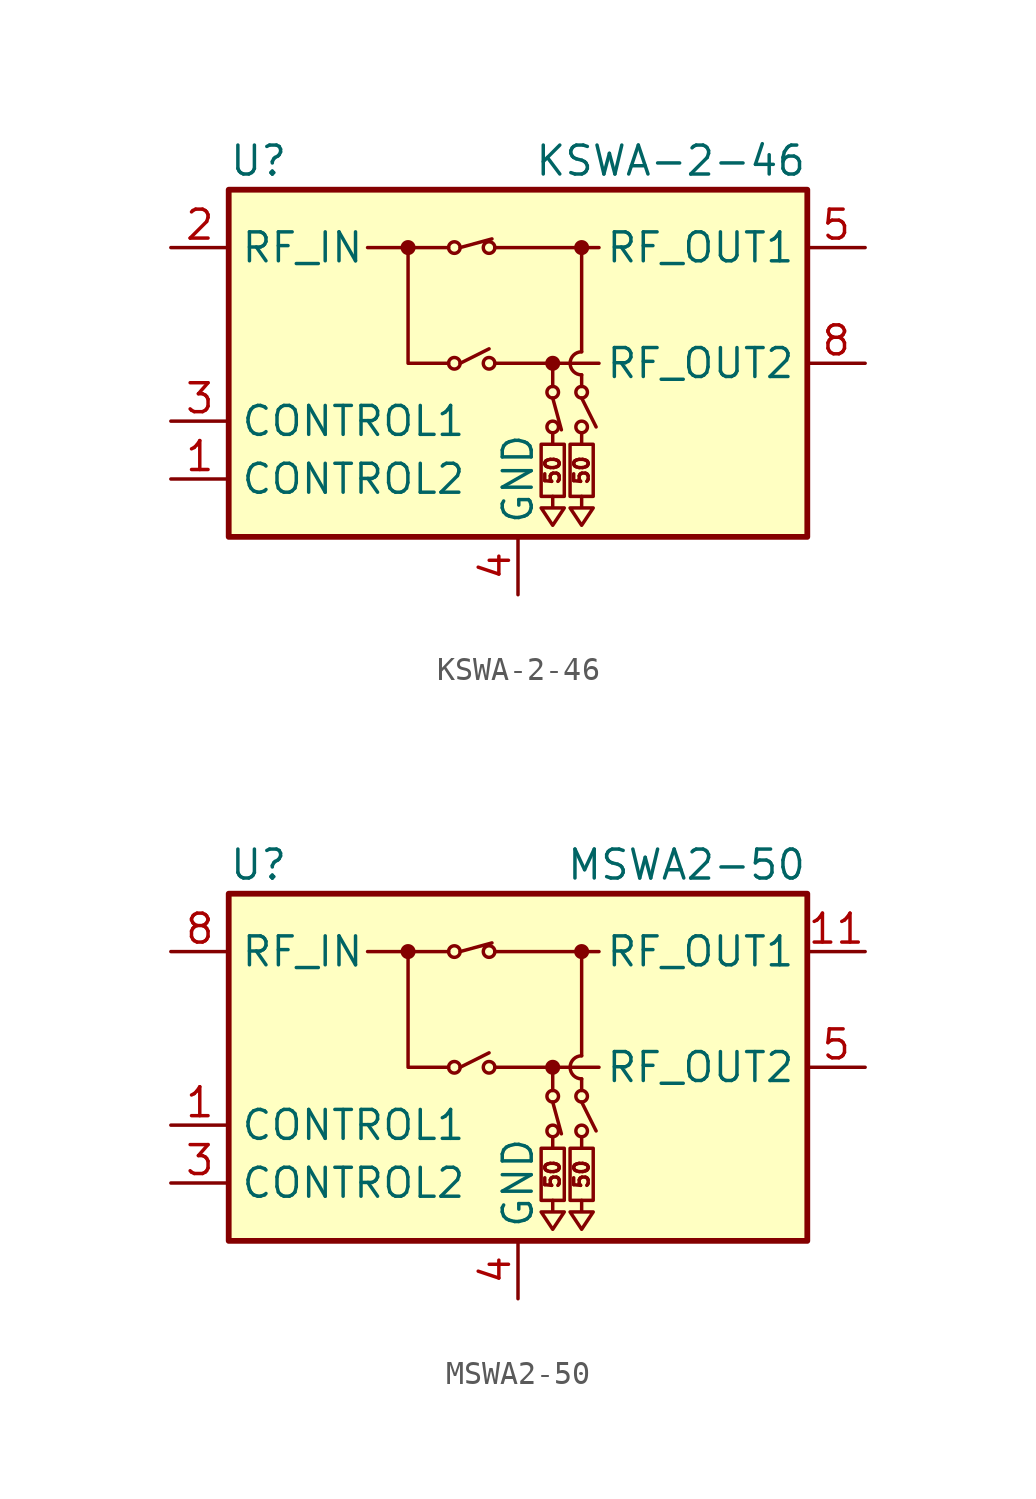
<source format=kicad_sym>
(kicad_symbol_lib
  (version 20200908)
  (generator kicad_symbol_editor)
  (symbol "RF_Switch:KSWA-2-46"
    (property "Reference" "U"
      (at -12.7 8.89 0)
      (effects (font (size 1.27 1.27)) (justify left)))
    (property "Value" "KSWA-2-46"
      (at 12.7 8.89 0)
      (effects (font (size 1.27 1.27)) (justify right)))
    (symbol "KSWA-2-46_0_1"
      (arc (start 2.794 0.508) (end 2.794 -0.508) (radius (at 2.794 0) (length 0.508) (angles 90.1 -90.1)) (stroke (width 0)) (fill (type none)))
      (circle (center -4.826 5.08) (radius 0.254) (stroke (width 0)) (fill (type outline)))
      (circle (center -2.794 0) (radius 0.254) (stroke (width 0)) (fill (type none)))
      (circle (center -2.794 5.08) (radius 0.254) (stroke (width 0)) (fill (type none)))
      (circle (center -1.27 0) (radius 0.254) (stroke (width 0)) (fill (type none)))
      (circle (center -1.27 5.08) (radius 0.254) (stroke (width 0)) (fill (type none)))
      (circle (center 1.524 -2.794) (radius 0.254) (stroke (width 0)) (fill (type none)))
      (circle (center 1.524 -1.27) (radius 0.254) (stroke (width 0)) (fill (type none)))
      (circle (center 1.524 0) (radius 0.254) (stroke (width 0)) (fill (type outline)))
      (circle (center 2.794 -2.794) (radius 0.254) (stroke (width 0)) (fill (type none)))
      (circle (center 2.794 -1.27) (radius 0.254) (stroke (width 0)) (fill (type none)))
      (circle (center 2.794 5.08) (radius 0.254) (stroke (width 0)) (fill (type outline)))
      (rectangle (start -12.7 7.62) (end 12.7 -7.62) (stroke (width 0.254)) (fill (type background)))
      (rectangle (start 1.016 -3.556) (end 2.032 -5.842) (stroke (width 0)) (fill (type none)))
      (rectangle (start 2.286 -3.556) (end 3.302 -5.842) (stroke (width 0)) (fill (type none)))
      (polyline (pts (xy -3.048 5.08) (xy -6.604 5.08)) (stroke (width 0)) (fill (type none)))
      (polyline (pts (xy -2.54 0) (xy -1.27 0.635)) (stroke (width 0)) (fill (type none)))
      (polyline (pts (xy -2.54 5.08) (xy -1.143 5.461)) (stroke (width 0)) (fill (type none)))
      (polyline (pts (xy -1.016 0) (xy 3.556 0)) (stroke (width 0)) (fill (type none)))
      (polyline (pts (xy -1.016 5.08) (xy 3.556 5.08)) (stroke (width 0)) (fill (type none)))
      (polyline (pts (xy 1.524 -3.048) (xy 1.524 -3.556)) (stroke (width 0)) (fill (type none)))
      (polyline (pts (xy 1.524 -1.524) (xy 1.905 -2.921)) (stroke (width 0)) (fill (type none)))
      (polyline (pts (xy 1.524 -1.016) (xy 1.524 0)) (stroke (width 0)) (fill (type none)))
      (polyline (pts (xy 2.794 -3.048) (xy 2.794 -3.556)) (stroke (width 0)) (fill (type none)))
      (polyline (pts (xy 2.794 -1.524) (xy 3.429 -2.794)) (stroke (width 0)) (fill (type none)))
      (polyline (pts (xy 2.794 -0.508) (xy 2.794 -1.016)) (stroke (width 0)) (fill (type none)))
      (polyline (pts (xy 2.794 5.08) (xy 2.794 0.508)) (stroke (width 0)) (fill (type none)))
      (polyline (pts (xy -4.826 5.08) (xy -4.826 0) (xy -3.048 0)) (stroke (width 0)) (fill (type none)))
      (polyline (pts (xy 1.524 -5.842) (xy 1.524 -6.35) (xy 1.016 -6.35) (xy 1.524 -7.112) (xy 2.032 -6.35) (xy 1.524 -6.35)) (stroke (width 0)) (fill (type none)))
      (polyline (pts (xy 2.794 -5.842) (xy 2.794 -6.35) (xy 2.286 -6.35) (xy 2.794 -7.112) (xy 3.302 -6.35) (xy 2.794 -6.35)) (stroke (width 0)) (fill (type none))))
    (symbol "KSWA-2-46_0_0"
      (text "50" (at 1.524 -4.699 900) (effects (font (size 0.635 0.635))))
      (text "50" (at 2.794 -4.699 900) (effects (font (size 0.635 0.635)))))
    (symbol "KSWA-2-46_1_1"
      (pin input line (at -15.24 -5.08 0) (length 2.54) (name "CONTROL2" (effects (font (size 1.27 1.27)))) (number "1" (effects (font (size 1.27 1.27)))))
      (pin passive line (at -15.24 5.08 0) (length 2.54) (name "RF_IN" (effects (font (size 1.27 1.27)))) (number "2" (effects (font (size 1.27 1.27)))))
      (pin input line (at -15.24 -2.54 0) (length 2.54) (name "CONTROL1" (effects (font (size 1.27 1.27)))) (number "3" (effects (font (size 1.27 1.27)))))
      (pin power_in line (at 0 -10.16 90) (length 2.54) (name "GND" (effects (font (size 1.27 1.27)))) (number "4" (effects (font (size 1.27 1.27)))))
      (pin passive line (at 15.24 5.08 180) (length 2.54) (name "RF_OUT1" (effects (font (size 1.27 1.27)))) (number "5" (effects (font (size 1.27 1.27)))))
      (pin passive line (at 0 -10.16 90) (length 2.54) hide (name "GND" (effects (font (size 1.27 1.27)))) (number "6" (effects (font (size 1.27 1.27)))))
      (pin passive line (at 0 -10.16 90) (length 2.54) hide (name "GND" (effects (font (size 1.27 1.27)))) (number "7" (effects (font (size 1.27 1.27)))))
      (pin passive line (at 15.24 0 180) (length 2.54) (name "RF_OUT2" (effects (font (size 1.27 1.27)))) (number "8" (effects (font (size 1.27 1.27)))))))
  (symbol "RF_Switch:MSWA2-50"
    (property "Reference" "U"
      (at -12.7 8.89 0)
      (effects (font (size 1.27 1.27)) (justify left)))
    (property "Value" "MSWA2-50"
      (at 12.7 8.89 0)
      (effects (font (size 1.27 1.27)) (justify right)))
    (symbol "MSWA2-50_0_1"
      (arc (start 2.794 0.508) (end 2.794 -0.508) (radius (at 2.794 0) (length 0.508) (angles 90.1 -90.1)) (stroke (width 0)) (fill (type none)))
      (circle (center -4.826 5.08) (radius 0.254) (stroke (width 0)) (fill (type outline)))
      (circle (center -2.794 0) (radius 0.254) (stroke (width 0)) (fill (type none)))
      (circle (center -2.794 5.08) (radius 0.254) (stroke (width 0)) (fill (type none)))
      (circle (center -1.27 0) (radius 0.254) (stroke (width 0)) (fill (type none)))
      (circle (center -1.27 5.08) (radius 0.254) (stroke (width 0)) (fill (type none)))
      (circle (center 1.524 -2.794) (radius 0.254) (stroke (width 0)) (fill (type none)))
      (circle (center 1.524 -1.27) (radius 0.254) (stroke (width 0)) (fill (type none)))
      (circle (center 1.524 0) (radius 0.254) (stroke (width 0)) (fill (type outline)))
      (circle (center 2.794 -2.794) (radius 0.254) (stroke (width 0)) (fill (type none)))
      (circle (center 2.794 -1.27) (radius 0.254) (stroke (width 0)) (fill (type none)))
      (circle (center 2.794 5.08) (radius 0.254) (stroke (width 0)) (fill (type outline)))
      (rectangle (start -12.7 7.62) (end 12.7 -7.62) (stroke (width 0.254)) (fill (type background)))
      (rectangle (start 1.016 -3.556) (end 2.032 -5.842) (stroke (width 0)) (fill (type none)))
      (rectangle (start 2.286 -3.556) (end 3.302 -5.842) (stroke (width 0)) (fill (type none)))
      (polyline (pts (xy -3.048 5.08) (xy -6.604 5.08)) (stroke (width 0)) (fill (type none)))
      (polyline (pts (xy -2.54 0) (xy -1.27 0.635)) (stroke (width 0)) (fill (type none)))
      (polyline (pts (xy -2.54 5.08) (xy -1.143 5.461)) (stroke (width 0)) (fill (type none)))
      (polyline (pts (xy -1.016 0) (xy 3.556 0)) (stroke (width 0)) (fill (type none)))
      (polyline (pts (xy -1.016 5.08) (xy 3.556 5.08)) (stroke (width 0)) (fill (type none)))
      (polyline (pts (xy 1.524 -3.048) (xy 1.524 -3.556)) (stroke (width 0)) (fill (type none)))
      (polyline (pts (xy 1.524 -1.524) (xy 1.905 -2.921)) (stroke (width 0)) (fill (type none)))
      (polyline (pts (xy 1.524 -1.016) (xy 1.524 0)) (stroke (width 0)) (fill (type none)))
      (polyline (pts (xy 2.794 -3.048) (xy 2.794 -3.556)) (stroke (width 0)) (fill (type none)))
      (polyline (pts (xy 2.794 -1.524) (xy 3.429 -2.794)) (stroke (width 0)) (fill (type none)))
      (polyline (pts (xy 2.794 -0.508) (xy 2.794 -1.016)) (stroke (width 0)) (fill (type none)))
      (polyline (pts (xy 2.794 5.08) (xy 2.794 0.508)) (stroke (width 0)) (fill (type none)))
      (polyline (pts (xy -4.826 5.08) (xy -4.826 0) (xy -3.048 0)) (stroke (width 0)) (fill (type none)))
      (polyline (pts (xy 1.524 -5.842) (xy 1.524 -6.35) (xy 1.016 -6.35) (xy 1.524 -7.112) (xy 2.032 -6.35) (xy 1.524 -6.35)) (stroke (width 0)) (fill (type none)))
      (polyline (pts (xy 2.794 -5.842) (xy 2.794 -6.35) (xy 2.286 -6.35) (xy 2.794 -7.112) (xy 3.302 -6.35) (xy 2.794 -6.35)) (stroke (width 0)) (fill (type none))))
    (symbol "MSWA2-50_0_0"
      (text "50" (at 1.524 -4.699 900) (effects (font (size 0.635 0.635))))
      (text "50" (at 2.794 -4.699 900) (effects (font (size 0.635 0.635)))))
    (symbol "MSWA2-50_1_1"
      (pin input line (at -15.24 -2.54 0) (length 2.54) (name "CONTROL1" (effects (font (size 1.27 1.27)))) (number "1" (effects (font (size 1.27 1.27)))))
      (pin passive line (at 0 -10.16 90) (length 2.54) hide (name "GND" (effects (font (size 1.27 1.27)))) (number "10" (effects (font (size 1.27 1.27)))))
      (pin passive line (at 15.24 5.08 180) (length 2.54) (name "RF_OUT1" (effects (font (size 1.27 1.27)))) (number "11" (effects (font (size 1.27 1.27)))))
      (pin passive line (at 0 -10.16 90) (length 2.54) hide (name "GND" (effects (font (size 1.27 1.27)))) (number "12" (effects (font (size 1.27 1.27)))))
      (pin passive line (at 0 -10.16 90) (length 2.54) hide (name "GND" (effects (font (size 1.27 1.27)))) (number "13" (effects (font (size 1.27 1.27)))))
      (pin unconnected line (at 12.7 -5.08 180) (length 2.54) hide (name "NC" (effects (font (size 1.27 1.27)))) (number "2" (effects (font (size 1.27 1.27)))))
      (pin input line (at -15.24 -5.08 0) (length 2.54) (name "CONTROL2" (effects (font (size 1.27 1.27)))) (number "3" (effects (font (size 1.27 1.27)))))
      (pin power_in line (at 0 -10.16 90) (length 2.54) (name "GND" (effects (font (size 1.27 1.27)))) (number "4" (effects (font (size 1.27 1.27)))))
      (pin passive line (at 15.24 0 180) (length 2.54) (name "RF_OUT2" (effects (font (size 1.27 1.27)))) (number "5" (effects (font (size 1.27 1.27)))))
      (pin passive line (at 0 -10.16 90) (length 2.54) hide (name "GND" (effects (font (size 1.27 1.27)))) (number "6" (effects (font (size 1.27 1.27)))))
      (pin passive line (at 0 -10.16 90) (length 2.54) hide (name "GND" (effects (font (size 1.27 1.27)))) (number "7" (effects (font (size 1.27 1.27)))))
      (pin passive line (at -15.24 5.08 0) (length 2.54) (name "RF_IN" (effects (font (size 1.27 1.27)))) (number "8" (effects (font (size 1.27 1.27)))))
      (pin passive line (at 0 -10.16 90) (length 2.54) hide (name "GND" (effects (font (size 1.27 1.27)))) (number "9" (effects (font (size 1.27 1.27))))))))
</source>
